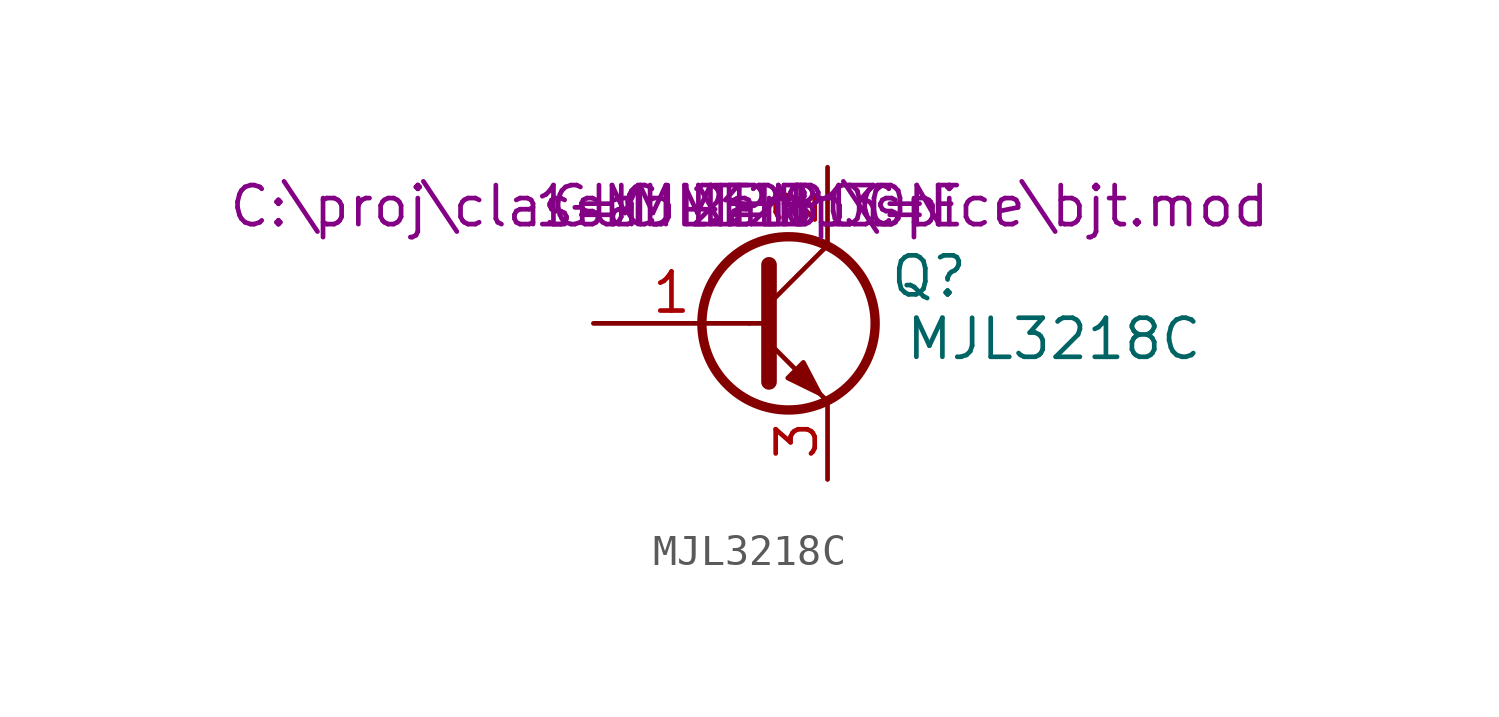
<source format=kicad_sym>
(kicad_symbol_lib
  (version 20231120)
  (generator "kicad_symbol_editor")
  (generator_version "8.0")
  (symbol "MJL3218C"
    (pin_names hide)
    (property "Reference" "Q"
      (at 5.842 -2.286 0)
      (effects (font (size 1.27 1.27))))
    (property "Value" "MJL3218C"
      (at 9.906 -4.318 0)
      (effects (font (size 1.27 1.27))))
    (property "Sim.Library" "C:\\proj\\classab-amp\\spice\\bjt.mod"
      (at 0 0 0)
      (effects (font (size 1.27 1.27))))
    (property "Sim.Name" "MJL3281C"
      (at 0 0 0)
      (effects (font (size 1.27 1.27))))
    (property "Sim.Device" "NPN"
      (at 0 0 0)
      (effects (font (size 1.27 1.27))))
    (property "Sim.Type" "GUMMELPOON"
      (at 0 0 0)
      (effects (font (size 1.27 1.27))))
    (property "Sim.Pins" "1=C 2=B 3=E"
      (at 0 0 0)
      (effects (font (size 1.27 1.27))))
    (symbol "MJL3218C_0_1"
      (polyline (pts (xy 0 -3.81) (xy 0.635 -3.81)) (stroke (width 0) (type default)) (fill (type none)))
      (polyline (pts (xy 2.54 -6.35) (xy 0.635 -4.445)) (stroke (width 0) (type default)) (fill (type none)))
      (polyline (pts (xy 2.54 -1.27) (xy 0.635 -3.175)) (stroke (width 0) (type default)) (fill (type none)))
      (polyline (pts (xy 0.635 -1.905) (xy 0.635 -5.715) (xy 0.635 -5.715)) (stroke (width 0.508) (type default)) (fill (type outline)))
      (polyline (pts (xy 1.245 -5.588) (xy 1.753 -5.08) (xy 2.286 -6.096) (xy 1.245 -5.588) (xy 1.245 -5.588)) (stroke (width 0) (type default)) (fill (type outline)))
      (circle (center 1.27 -3.81) (radius 2.819) (stroke (width 0.305) (type default)) (fill (type none))))
    (symbol "MJL3218C_1_1"
      (pin passive line (at -5.08 -3.81 0) (length 5.08) (name "B" (effects (font (size 1.27 1.27)))) (number "1" (effects (font (size 1.27 1.27)))))
      (pin passive line (at 2.54 1.27 270) (length 2.54) (name "C" (effects (font (size 1.27 1.27)))) (number "2" (effects (font (size 1.27 1.27)))))
      (pin passive line (at 2.54 -8.89 90) (length 2.54) (name "E" (effects (font (size 1.27 1.27)))) (number "3" (effects (font (size 1.27 1.27))))))))
</source>
